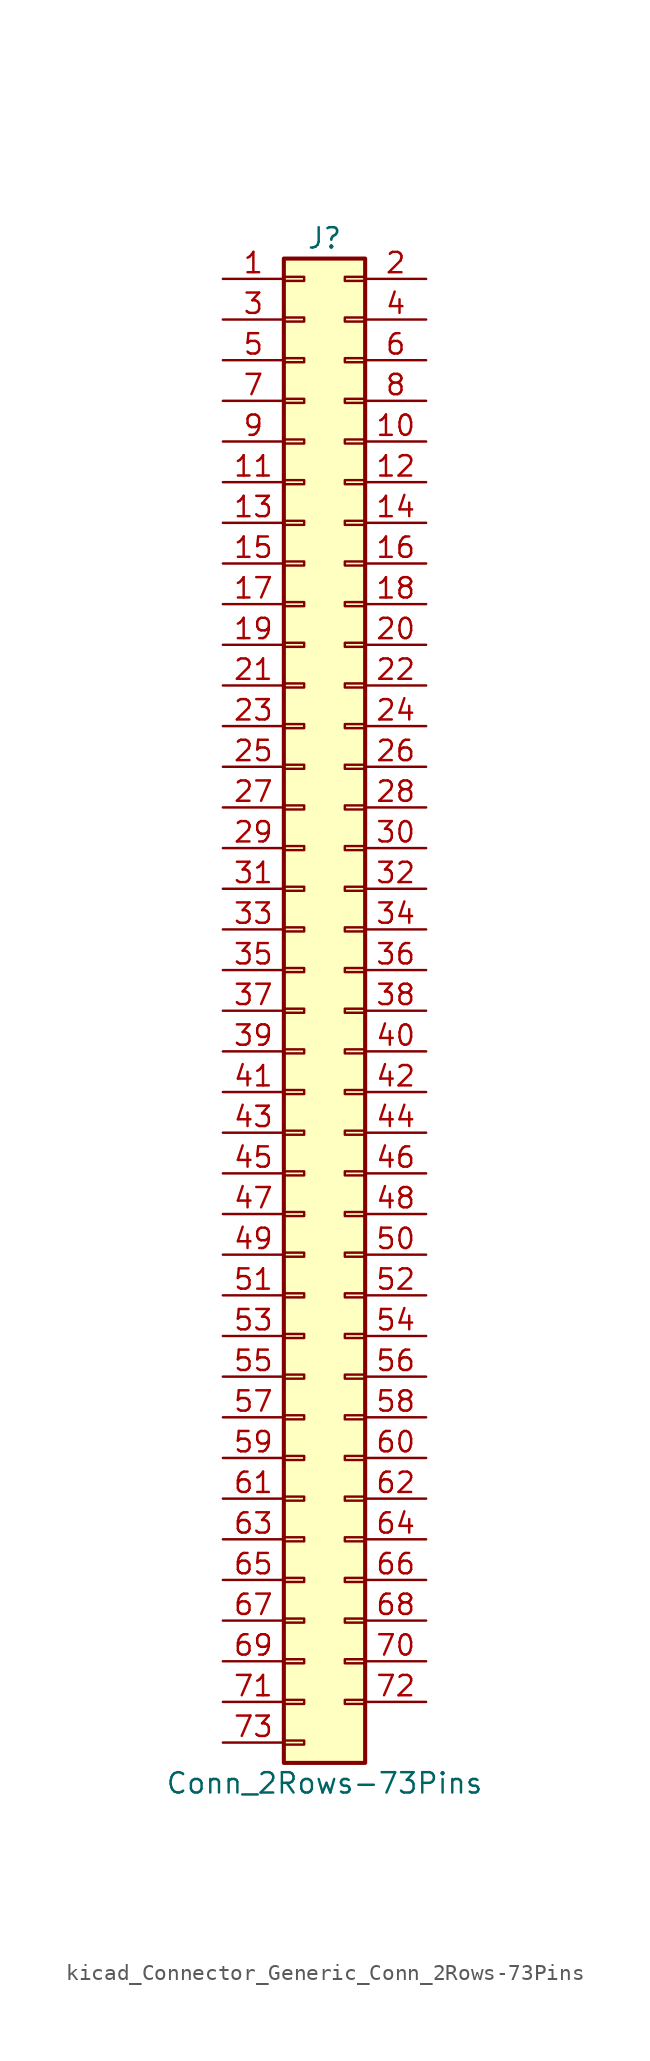
<source format=kicad_sym>
(kicad_symbol_lib
  (version 20220914)
  (generator kicad_symbol_editor)
  (symbol "kicad_Connector_Generic_Conn_2Rows-73Pins"
    (pin_names
      (offset 1.016) hide)
    (property "Reference" "J"
      (at 1.27 48.26 0)
      (effects (font (size 1.27 1.27))))
    (property "Value" "Conn_2Rows-73Pins"
      (at 1.27 -48.26 0)
      (effects (font (size 1.27 1.27))))
    (symbol "kicad_Connector_Generic_Conn_2Rows-73Pins_1_1"
      (rectangle (start -1.27 -45.593) (end 0 -45.847) (stroke (width 0.152) (type default)) (fill (type none)))
      (rectangle (start -1.27 -43.053) (end 0 -43.307) (stroke (width 0.152) (type default)) (fill (type none)))
      (rectangle (start -1.27 -40.513) (end 0 -40.767) (stroke (width 0.152) (type default)) (fill (type none)))
      (rectangle (start -1.27 -37.973) (end 0 -38.227) (stroke (width 0.152) (type default)) (fill (type none)))
      (rectangle (start -1.27 -35.433) (end 0 -35.687) (stroke (width 0.152) (type default)) (fill (type none)))
      (rectangle (start -1.27 -32.893) (end 0 -33.147) (stroke (width 0.152) (type default)) (fill (type none)))
      (rectangle (start -1.27 -30.353) (end 0 -30.607) (stroke (width 0.152) (type default)) (fill (type none)))
      (rectangle (start -1.27 -27.813) (end 0 -28.067) (stroke (width 0.152) (type default)) (fill (type none)))
      (rectangle (start -1.27 -25.273) (end 0 -25.527) (stroke (width 0.152) (type default)) (fill (type none)))
      (rectangle (start -1.27 -22.733) (end 0 -22.987) (stroke (width 0.152) (type default)) (fill (type none)))
      (rectangle (start -1.27 -20.193) (end 0 -20.447) (stroke (width 0.152) (type default)) (fill (type none)))
      (rectangle (start -1.27 -17.653) (end 0 -17.907) (stroke (width 0.152) (type default)) (fill (type none)))
      (rectangle (start -1.27 -15.113) (end 0 -15.367) (stroke (width 0.152) (type default)) (fill (type none)))
      (rectangle (start -1.27 -12.573) (end 0 -12.827) (stroke (width 0.152) (type default)) (fill (type none)))
      (rectangle (start -1.27 -10.033) (end 0 -10.287) (stroke (width 0.152) (type default)) (fill (type none)))
      (rectangle (start -1.27 -7.493) (end 0 -7.747) (stroke (width 0.152) (type default)) (fill (type none)))
      (rectangle (start -1.27 -4.953) (end 0 -5.207) (stroke (width 0.152) (type default)) (fill (type none)))
      (rectangle (start -1.27 -2.413) (end 0 -2.667) (stroke (width 0.152) (type default)) (fill (type none)))
      (rectangle (start -1.27 0.127) (end 0 -0.127) (stroke (width 0.152) (type default)) (fill (type none)))
      (rectangle (start -1.27 2.667) (end 0 2.413) (stroke (width 0.152) (type default)) (fill (type none)))
      (rectangle (start -1.27 5.207) (end 0 4.953) (stroke (width 0.152) (type default)) (fill (type none)))
      (rectangle (start -1.27 7.747) (end 0 7.493) (stroke (width 0.152) (type default)) (fill (type none)))
      (rectangle (start -1.27 10.287) (end 0 10.033) (stroke (width 0.152) (type default)) (fill (type none)))
      (rectangle (start -1.27 12.827) (end 0 12.573) (stroke (width 0.152) (type default)) (fill (type none)))
      (rectangle (start -1.27 15.367) (end 0 15.113) (stroke (width 0.152) (type default)) (fill (type none)))
      (rectangle (start -1.27 17.907) (end 0 17.653) (stroke (width 0.152) (type default)) (fill (type none)))
      (rectangle (start -1.27 20.447) (end 0 20.193) (stroke (width 0.152) (type default)) (fill (type none)))
      (rectangle (start -1.27 22.987) (end 0 22.733) (stroke (width 0.152) (type default)) (fill (type none)))
      (rectangle (start -1.27 25.527) (end 0 25.273) (stroke (width 0.152) (type default)) (fill (type none)))
      (rectangle (start -1.27 28.067) (end 0 27.813) (stroke (width 0.152) (type default)) (fill (type none)))
      (rectangle (start -1.27 30.607) (end 0 30.353) (stroke (width 0.152) (type default)) (fill (type none)))
      (rectangle (start -1.27 33.147) (end 0 32.893) (stroke (width 0.152) (type default)) (fill (type none)))
      (rectangle (start -1.27 35.687) (end 0 35.433) (stroke (width 0.152) (type default)) (fill (type none)))
      (rectangle (start -1.27 38.227) (end 0 37.973) (stroke (width 0.152) (type default)) (fill (type none)))
      (rectangle (start -1.27 40.767) (end 0 40.513) (stroke (width 0.152) (type default)) (fill (type none)))
      (rectangle (start -1.27 43.307) (end 0 43.053) (stroke (width 0.152) (type default)) (fill (type none)))
      (rectangle (start -1.27 45.847) (end 0 45.593) (stroke (width 0.152) (type default)) (fill (type none)))
      (rectangle (start -1.27 46.99) (end 3.81 -46.99) (stroke (width 0.254) (type default)) (fill (type background)))
      (rectangle (start 3.81 -43.053) (end 2.54 -43.307) (stroke (width 0.152) (type default)) (fill (type none)))
      (rectangle (start 3.81 -40.513) (end 2.54 -40.767) (stroke (width 0.152) (type default)) (fill (type none)))
      (rectangle (start 3.81 -37.973) (end 2.54 -38.227) (stroke (width 0.152) (type default)) (fill (type none)))
      (rectangle (start 3.81 -35.433) (end 2.54 -35.687) (stroke (width 0.152) (type default)) (fill (type none)))
      (rectangle (start 3.81 -32.893) (end 2.54 -33.147) (stroke (width 0.152) (type default)) (fill (type none)))
      (rectangle (start 3.81 -30.353) (end 2.54 -30.607) (stroke (width 0.152) (type default)) (fill (type none)))
      (rectangle (start 3.81 -27.813) (end 2.54 -28.067) (stroke (width 0.152) (type default)) (fill (type none)))
      (rectangle (start 3.81 -25.273) (end 2.54 -25.527) (stroke (width 0.152) (type default)) (fill (type none)))
      (rectangle (start 3.81 -22.733) (end 2.54 -22.987) (stroke (width 0.152) (type default)) (fill (type none)))
      (rectangle (start 3.81 -20.193) (end 2.54 -20.447) (stroke (width 0.152) (type default)) (fill (type none)))
      (rectangle (start 3.81 -17.653) (end 2.54 -17.907) (stroke (width 0.152) (type default)) (fill (type none)))
      (rectangle (start 3.81 -15.113) (end 2.54 -15.367) (stroke (width 0.152) (type default)) (fill (type none)))
      (rectangle (start 3.81 -12.573) (end 2.54 -12.827) (stroke (width 0.152) (type default)) (fill (type none)))
      (rectangle (start 3.81 -10.033) (end 2.54 -10.287) (stroke (width 0.152) (type default)) (fill (type none)))
      (rectangle (start 3.81 -7.493) (end 2.54 -7.747) (stroke (width 0.152) (type default)) (fill (type none)))
      (rectangle (start 3.81 -4.953) (end 2.54 -5.207) (stroke (width 0.152) (type default)) (fill (type none)))
      (rectangle (start 3.81 -2.413) (end 2.54 -2.667) (stroke (width 0.152) (type default)) (fill (type none)))
      (rectangle (start 3.81 0.127) (end 2.54 -0.127) (stroke (width 0.152) (type default)) (fill (type none)))
      (rectangle (start 3.81 2.667) (end 2.54 2.413) (stroke (width 0.152) (type default)) (fill (type none)))
      (rectangle (start 3.81 5.207) (end 2.54 4.953) (stroke (width 0.152) (type default)) (fill (type none)))
      (rectangle (start 3.81 7.747) (end 2.54 7.493) (stroke (width 0.152) (type default)) (fill (type none)))
      (rectangle (start 3.81 10.287) (end 2.54 10.033) (stroke (width 0.152) (type default)) (fill (type none)))
      (rectangle (start 3.81 12.827) (end 2.54 12.573) (stroke (width 0.152) (type default)) (fill (type none)))
      (rectangle (start 3.81 15.367) (end 2.54 15.113) (stroke (width 0.152) (type default)) (fill (type none)))
      (rectangle (start 3.81 17.907) (end 2.54 17.653) (stroke (width 0.152) (type default)) (fill (type none)))
      (rectangle (start 3.81 20.447) (end 2.54 20.193) (stroke (width 0.152) (type default)) (fill (type none)))
      (rectangle (start 3.81 22.987) (end 2.54 22.733) (stroke (width 0.152) (type default)) (fill (type none)))
      (rectangle (start 3.81 25.527) (end 2.54 25.273) (stroke (width 0.152) (type default)) (fill (type none)))
      (rectangle (start 3.81 28.067) (end 2.54 27.813) (stroke (width 0.152) (type default)) (fill (type none)))
      (rectangle (start 3.81 30.607) (end 2.54 30.353) (stroke (width 0.152) (type default)) (fill (type none)))
      (rectangle (start 3.81 33.147) (end 2.54 32.893) (stroke (width 0.152) (type default)) (fill (type none)))
      (rectangle (start 3.81 35.687) (end 2.54 35.433) (stroke (width 0.152) (type default)) (fill (type none)))
      (rectangle (start 3.81 38.227) (end 2.54 37.973) (stroke (width 0.152) (type default)) (fill (type none)))
      (rectangle (start 3.81 40.767) (end 2.54 40.513) (stroke (width 0.152) (type default)) (fill (type none)))
      (rectangle (start 3.81 43.307) (end 2.54 43.053) (stroke (width 0.152) (type default)) (fill (type none)))
      (rectangle (start 3.81 45.847) (end 2.54 45.593) (stroke (width 0.152) (type default)) (fill (type none)))
      (pin passive line (at -5.08 45.72 0) (length 3.81) (name "Pin_1" (effects (font (size 1.27 1.27)))) (number "1" (effects (font (size 1.27 1.27)))))
      (pin passive line (at 7.62 35.56 180) (length 3.81) (name "Pin_10" (effects (font (size 1.27 1.27)))) (number "10" (effects (font (size 1.27 1.27)))))
      (pin passive line (at -5.08 33.02 0) (length 3.81) (name "Pin_11" (effects (font (size 1.27 1.27)))) (number "11" (effects (font (size 1.27 1.27)))))
      (pin passive line (at 7.62 33.02 180) (length 3.81) (name "Pin_12" (effects (font (size 1.27 1.27)))) (number "12" (effects (font (size 1.27 1.27)))))
      (pin passive line (at -5.08 30.48 0) (length 3.81) (name "Pin_13" (effects (font (size 1.27 1.27)))) (number "13" (effects (font (size 1.27 1.27)))))
      (pin passive line (at 7.62 30.48 180) (length 3.81) (name "Pin_14" (effects (font (size 1.27 1.27)))) (number "14" (effects (font (size 1.27 1.27)))))
      (pin passive line (at -5.08 27.94 0) (length 3.81) (name "Pin_15" (effects (font (size 1.27 1.27)))) (number "15" (effects (font (size 1.27 1.27)))))
      (pin passive line (at 7.62 27.94 180) (length 3.81) (name "Pin_16" (effects (font (size 1.27 1.27)))) (number "16" (effects (font (size 1.27 1.27)))))
      (pin passive line (at -5.08 25.4 0) (length 3.81) (name "Pin_17" (effects (font (size 1.27 1.27)))) (number "17" (effects (font (size 1.27 1.27)))))
      (pin passive line (at 7.62 25.4 180) (length 3.81) (name "Pin_18" (effects (font (size 1.27 1.27)))) (number "18" (effects (font (size 1.27 1.27)))))
      (pin passive line (at -5.08 22.86 0) (length 3.81) (name "Pin_19" (effects (font (size 1.27 1.27)))) (number "19" (effects (font (size 1.27 1.27)))))
      (pin passive line (at 7.62 45.72 180) (length 3.81) (name "Pin_2" (effects (font (size 1.27 1.27)))) (number "2" (effects (font (size 1.27 1.27)))))
      (pin passive line (at 7.62 22.86 180) (length 3.81) (name "Pin_20" (effects (font (size 1.27 1.27)))) (number "20" (effects (font (size 1.27 1.27)))))
      (pin passive line (at -5.08 20.32 0) (length 3.81) (name "Pin_21" (effects (font (size 1.27 1.27)))) (number "21" (effects (font (size 1.27 1.27)))))
      (pin passive line (at 7.62 20.32 180) (length 3.81) (name "Pin_22" (effects (font (size 1.27 1.27)))) (number "22" (effects (font (size 1.27 1.27)))))
      (pin passive line (at -5.08 17.78 0) (length 3.81) (name "Pin_23" (effects (font (size 1.27 1.27)))) (number "23" (effects (font (size 1.27 1.27)))))
      (pin passive line (at 7.62 17.78 180) (length 3.81) (name "Pin_24" (effects (font (size 1.27 1.27)))) (number "24" (effects (font (size 1.27 1.27)))))
      (pin passive line (at -5.08 15.24 0) (length 3.81) (name "Pin_25" (effects (font (size 1.27 1.27)))) (number "25" (effects (font (size 1.27 1.27)))))
      (pin passive line (at 7.62 15.24 180) (length 3.81) (name "Pin_26" (effects (font (size 1.27 1.27)))) (number "26" (effects (font (size 1.27 1.27)))))
      (pin passive line (at -5.08 12.7 0) (length 3.81) (name "Pin_27" (effects (font (size 1.27 1.27)))) (number "27" (effects (font (size 1.27 1.27)))))
      (pin passive line (at 7.62 12.7 180) (length 3.81) (name "Pin_28" (effects (font (size 1.27 1.27)))) (number "28" (effects (font (size 1.27 1.27)))))
      (pin passive line (at -5.08 10.16 0) (length 3.81) (name "Pin_29" (effects (font (size 1.27 1.27)))) (number "29" (effects (font (size 1.27 1.27)))))
      (pin passive line (at -5.08 43.18 0) (length 3.81) (name "Pin_3" (effects (font (size 1.27 1.27)))) (number "3" (effects (font (size 1.27 1.27)))))
      (pin passive line (at 7.62 10.16 180) (length 3.81) (name "Pin_30" (effects (font (size 1.27 1.27)))) (number "30" (effects (font (size 1.27 1.27)))))
      (pin passive line (at -5.08 7.62 0) (length 3.81) (name "Pin_31" (effects (font (size 1.27 1.27)))) (number "31" (effects (font (size 1.27 1.27)))))
      (pin passive line (at 7.62 7.62 180) (length 3.81) (name "Pin_32" (effects (font (size 1.27 1.27)))) (number "32" (effects (font (size 1.27 1.27)))))
      (pin passive line (at -5.08 5.08 0) (length 3.81) (name "Pin_33" (effects (font (size 1.27 1.27)))) (number "33" (effects (font (size 1.27 1.27)))))
      (pin passive line (at 7.62 5.08 180) (length 3.81) (name "Pin_34" (effects (font (size 1.27 1.27)))) (number "34" (effects (font (size 1.27 1.27)))))
      (pin passive line (at -5.08 2.54 0) (length 3.81) (name "Pin_35" (effects (font (size 1.27 1.27)))) (number "35" (effects (font (size 1.27 1.27)))))
      (pin passive line (at 7.62 2.54 180) (length 3.81) (name "Pin_36" (effects (font (size 1.27 1.27)))) (number "36" (effects (font (size 1.27 1.27)))))
      (pin passive line (at -5.08 0 0) (length 3.81) (name "Pin_37" (effects (font (size 1.27 1.27)))) (number "37" (effects (font (size 1.27 1.27)))))
      (pin passive line (at 7.62 0 180) (length 3.81) (name "Pin_38" (effects (font (size 1.27 1.27)))) (number "38" (effects (font (size 1.27 1.27)))))
      (pin passive line (at -5.08 -2.54 0) (length 3.81) (name "Pin_39" (effects (font (size 1.27 1.27)))) (number "39" (effects (font (size 1.27 1.27)))))
      (pin passive line (at 7.62 43.18 180) (length 3.81) (name "Pin_4" (effects (font (size 1.27 1.27)))) (number "4" (effects (font (size 1.27 1.27)))))
      (pin passive line (at 7.62 -2.54 180) (length 3.81) (name "Pin_40" (effects (font (size 1.27 1.27)))) (number "40" (effects (font (size 1.27 1.27)))))
      (pin passive line (at -5.08 -5.08 0) (length 3.81) (name "Pin_41" (effects (font (size 1.27 1.27)))) (number "41" (effects (font (size 1.27 1.27)))))
      (pin passive line (at 7.62 -5.08 180) (length 3.81) (name "Pin_42" (effects (font (size 1.27 1.27)))) (number "42" (effects (font (size 1.27 1.27)))))
      (pin passive line (at -5.08 -7.62 0) (length 3.81) (name "Pin_43" (effects (font (size 1.27 1.27)))) (number "43" (effects (font (size 1.27 1.27)))))
      (pin passive line (at 7.62 -7.62 180) (length 3.81) (name "Pin_44" (effects (font (size 1.27 1.27)))) (number "44" (effects (font (size 1.27 1.27)))))
      (pin passive line (at -5.08 -10.16 0) (length 3.81) (name "Pin_45" (effects (font (size 1.27 1.27)))) (number "45" (effects (font (size 1.27 1.27)))))
      (pin passive line (at 7.62 -10.16 180) (length 3.81) (name "Pin_46" (effects (font (size 1.27 1.27)))) (number "46" (effects (font (size 1.27 1.27)))))
      (pin passive line (at -5.08 -12.7 0) (length 3.81) (name "Pin_47" (effects (font (size 1.27 1.27)))) (number "47" (effects (font (size 1.27 1.27)))))
      (pin passive line (at 7.62 -12.7 180) (length 3.81) (name "Pin_48" (effects (font (size 1.27 1.27)))) (number "48" (effects (font (size 1.27 1.27)))))
      (pin passive line (at -5.08 -15.24 0) (length 3.81) (name "Pin_49" (effects (font (size 1.27 1.27)))) (number "49" (effects (font (size 1.27 1.27)))))
      (pin passive line (at -5.08 40.64 0) (length 3.81) (name "Pin_5" (effects (font (size 1.27 1.27)))) (number "5" (effects (font (size 1.27 1.27)))))
      (pin passive line (at 7.62 -15.24 180) (length 3.81) (name "Pin_50" (effects (font (size 1.27 1.27)))) (number "50" (effects (font (size 1.27 1.27)))))
      (pin passive line (at -5.08 -17.78 0) (length 3.81) (name "Pin_51" (effects (font (size 1.27 1.27)))) (number "51" (effects (font (size 1.27 1.27)))))
      (pin passive line (at 7.62 -17.78 180) (length 3.81) (name "Pin_52" (effects (font (size 1.27 1.27)))) (number "52" (effects (font (size 1.27 1.27)))))
      (pin passive line (at -5.08 -20.32 0) (length 3.81) (name "Pin_53" (effects (font (size 1.27 1.27)))) (number "53" (effects (font (size 1.27 1.27)))))
      (pin passive line (at 7.62 -20.32 180) (length 3.81) (name "Pin_54" (effects (font (size 1.27 1.27)))) (number "54" (effects (font (size 1.27 1.27)))))
      (pin passive line (at -5.08 -22.86 0) (length 3.81) (name "Pin_55" (effects (font (size 1.27 1.27)))) (number "55" (effects (font (size 1.27 1.27)))))
      (pin passive line (at 7.62 -22.86 180) (length 3.81) (name "Pin_56" (effects (font (size 1.27 1.27)))) (number "56" (effects (font (size 1.27 1.27)))))
      (pin passive line (at -5.08 -25.4 0) (length 3.81) (name "Pin_57" (effects (font (size 1.27 1.27)))) (number "57" (effects (font (size 1.27 1.27)))))
      (pin passive line (at 7.62 -25.4 180) (length 3.81) (name "Pin_58" (effects (font (size 1.27 1.27)))) (number "58" (effects (font (size 1.27 1.27)))))
      (pin passive line (at -5.08 -27.94 0) (length 3.81) (name "Pin_59" (effects (font (size 1.27 1.27)))) (number "59" (effects (font (size 1.27 1.27)))))
      (pin passive line (at 7.62 40.64 180) (length 3.81) (name "Pin_6" (effects (font (size 1.27 1.27)))) (number "6" (effects (font (size 1.27 1.27)))))
      (pin passive line (at 7.62 -27.94 180) (length 3.81) (name "Pin_60" (effects (font (size 1.27 1.27)))) (number "60" (effects (font (size 1.27 1.27)))))
      (pin passive line (at -5.08 -30.48 0) (length 3.81) (name "Pin_61" (effects (font (size 1.27 1.27)))) (number "61" (effects (font (size 1.27 1.27)))))
      (pin passive line (at 7.62 -30.48 180) (length 3.81) (name "Pin_62" (effects (font (size 1.27 1.27)))) (number "62" (effects (font (size 1.27 1.27)))))
      (pin passive line (at -5.08 -33.02 0) (length 3.81) (name "Pin_63" (effects (font (size 1.27 1.27)))) (number "63" (effects (font (size 1.27 1.27)))))
      (pin passive line (at 7.62 -33.02 180) (length 3.81) (name "Pin_64" (effects (font (size 1.27 1.27)))) (number "64" (effects (font (size 1.27 1.27)))))
      (pin passive line (at -5.08 -35.56 0) (length 3.81) (name "Pin_65" (effects (font (size 1.27 1.27)))) (number "65" (effects (font (size 1.27 1.27)))))
      (pin passive line (at 7.62 -35.56 180) (length 3.81) (name "Pin_66" (effects (font (size 1.27 1.27)))) (number "66" (effects (font (size 1.27 1.27)))))
      (pin passive line (at -5.08 -38.1 0) (length 3.81) (name "Pin_67" (effects (font (size 1.27 1.27)))) (number "67" (effects (font (size 1.27 1.27)))))
      (pin passive line (at 7.62 -38.1 180) (length 3.81) (name "Pin_68" (effects (font (size 1.27 1.27)))) (number "68" (effects (font (size 1.27 1.27)))))
      (pin passive line (at -5.08 -40.64 0) (length 3.81) (name "Pin_69" (effects (font (size 1.27 1.27)))) (number "69" (effects (font (size 1.27 1.27)))))
      (pin passive line (at -5.08 38.1 0) (length 3.81) (name "Pin_7" (effects (font (size 1.27 1.27)))) (number "7" (effects (font (size 1.27 1.27)))))
      (pin passive line (at 7.62 -40.64 180) (length 3.81) (name "Pin_70" (effects (font (size 1.27 1.27)))) (number "70" (effects (font (size 1.27 1.27)))))
      (pin passive line (at -5.08 -43.18 0) (length 3.81) (name "Pin_71" (effects (font (size 1.27 1.27)))) (number "71" (effects (font (size 1.27 1.27)))))
      (pin passive line (at 7.62 -43.18 180) (length 3.81) (name "Pin_72" (effects (font (size 1.27 1.27)))) (number "72" (effects (font (size 1.27 1.27)))))
      (pin passive line (at -5.08 -45.72 0) (length 3.81) (name "Pin_73" (effects (font (size 1.27 1.27)))) (number "73" (effects (font (size 1.27 1.27)))))
      (pin passive line (at 7.62 38.1 180) (length 3.81) (name "Pin_8" (effects (font (size 1.27 1.27)))) (number "8" (effects (font (size 1.27 1.27)))))
      (pin passive line (at -5.08 35.56 0) (length 3.81) (name "Pin_9" (effects (font (size 1.27 1.27)))) (number "9" (effects (font (size 1.27 1.27))))))))
</source>
